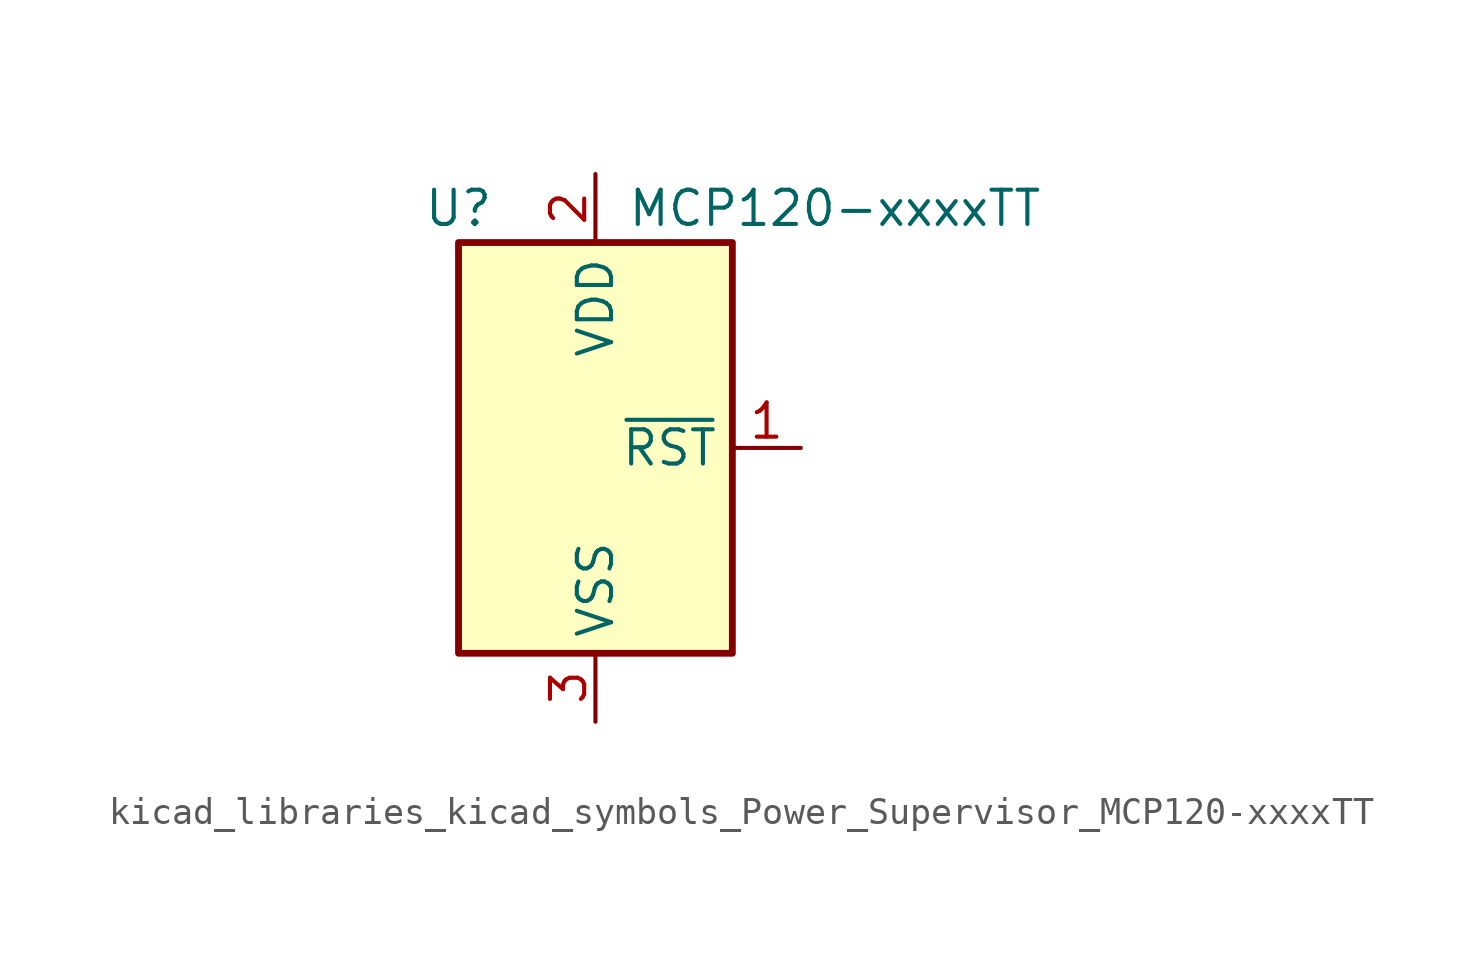
<source format=kicad_sym>
(kicad_symbol_lib
  (version 20220914)
  (generator kicad_symbol_editor)
  (symbol "kicad_libraries_kicad_symbols_Power_Supervisor_MCP120-xxxxTT"
    (property "Reference" "U"
      (at -5.08 8.89 0)
      (effects (font (size 1.27 1.27))))
    (property "Value" "MCP120-xxxxTT"
      (at 8.89 8.89 0)
      (effects (font (size 1.27 1.27))))
    (symbol "kicad_libraries_kicad_symbols_Power_Supervisor_MCP120-xxxxTT_0_1"
      (rectangle (start 5.08 7.62) (end -5.08 -7.62) (stroke (width 0.254) (type default)) (fill (type background))))
    (symbol "kicad_libraries_kicad_symbols_Power_Supervisor_MCP120-xxxxTT_1_1"
      (pin open_collector line (at 7.62 0 180) (length 2.54) (name "~{RST}" (effects (font (size 1.27 1.27)))) (number "1" (effects (font (size 1.27 1.27)))))
      (pin power_in line (at 0 10.16 270) (length 2.54) (name "VDD" (effects (font (size 1.27 1.27)))) (number "2" (effects (font (size 1.27 1.27)))))
      (pin power_in line (at 0 -10.16 90) (length 2.54) (name "VSS" (effects (font (size 1.27 1.27)))) (number "3" (effects (font (size 1.27 1.27))))))))
</source>
